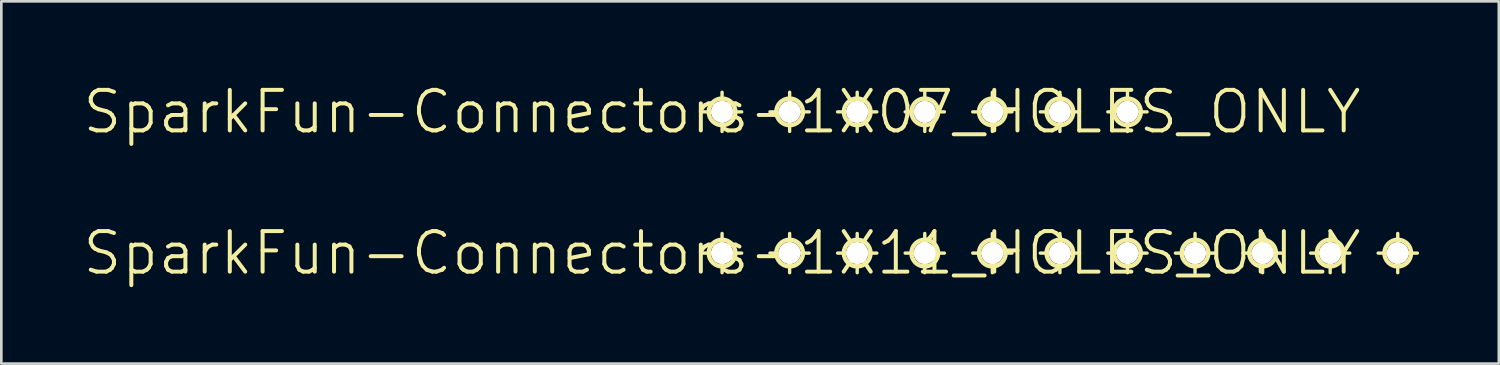
<source format=kicad_pcb>
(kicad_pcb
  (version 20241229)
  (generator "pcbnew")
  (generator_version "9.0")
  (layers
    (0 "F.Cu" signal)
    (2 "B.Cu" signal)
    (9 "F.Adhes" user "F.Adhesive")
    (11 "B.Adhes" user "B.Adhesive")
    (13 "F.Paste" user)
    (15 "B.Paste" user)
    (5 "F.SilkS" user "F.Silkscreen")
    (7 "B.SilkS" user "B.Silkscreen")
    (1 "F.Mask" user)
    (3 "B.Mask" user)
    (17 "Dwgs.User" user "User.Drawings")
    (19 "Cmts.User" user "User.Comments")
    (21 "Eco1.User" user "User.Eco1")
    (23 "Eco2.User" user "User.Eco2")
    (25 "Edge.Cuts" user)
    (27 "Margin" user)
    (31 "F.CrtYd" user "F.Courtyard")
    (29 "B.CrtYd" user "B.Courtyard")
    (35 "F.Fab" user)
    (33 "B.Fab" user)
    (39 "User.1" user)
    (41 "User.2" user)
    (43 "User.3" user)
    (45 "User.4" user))
  (footprint "SparkFun-Connectors-1X11_HOLES_ONLY"
    (layer "F.Cu")
    (at 24.094 6.464)
    (property "Reference" "SparkFun-Connectors-1X11_HOLES_ONLY" (at 0 0 0) (layer "F.SilkS") (effects (font (size 1.524 1.524) (thickness 0.15))))
    (attr exclude_from_pos_files exclude_from_bom)
    (fp_line (start -0.737 0) (end 0.737 0) (stroke (width 0.127) (type solid)) (layer "F.SilkS"))
    (fp_line (start 0 0.737) (end 0 -0.737) (stroke (width 0.127) (type solid)) (layer "F.SilkS"))
    (fp_line (start 1.801 0) (end 3.277 0) (stroke (width 0.127) (type solid)) (layer "F.SilkS"))
    (fp_line (start 2.54 0.737) (end 2.54 -0.737) (stroke (width 0.127) (type solid)) (layer "F.SilkS"))
    (fp_line (start 4.343 0) (end 5.817 0) (stroke (width 0.127) (type solid)) (layer "F.SilkS"))
    (fp_line (start 5.08 0.737) (end 5.08 -0.737) (stroke (width 0.127) (type solid)) (layer "F.SilkS"))
    (fp_line (start 6.883 0) (end 8.357 0) (stroke (width 0.127) (type solid)) (layer "F.SilkS"))
    (fp_line (start 7.62 0.737) (end 7.62 -0.737) (stroke (width 0.127) (type solid)) (layer "F.SilkS"))
    (fp_line (start 9.423 0) (end 10.897 0) (stroke (width 0.127) (type solid)) (layer "F.SilkS"))
    (fp_line (start 10.16 0.737) (end 10.16 -0.737) (stroke (width 0.127) (type solid)) (layer "F.SilkS"))
    (fp_line (start 11.963 0) (end 13.437 0) (stroke (width 0.127) (type solid)) (layer "F.SilkS"))
    (fp_line (start 12.7 0.737) (end 12.7 -0.737) (stroke (width 0.127) (type solid)) (layer "F.SilkS"))
    (fp_line (start 14.501 0) (end 15.977 0) (stroke (width 0.127) (type solid)) (layer "F.SilkS"))
    (fp_line (start 15.24 0.737) (end 15.24 -0.737) (stroke (width 0.127) (type solid)) (layer "F.SilkS"))
    (fp_line (start 17.043 0) (end 18.517 0) (stroke (width 0.127) (type solid)) (layer "F.SilkS"))
    (fp_line (start 17.78 0.737) (end 17.78 -0.737) (stroke (width 0.127) (type solid)) (layer "F.SilkS"))
    (fp_line (start 19.583 0) (end 21.057 0) (stroke (width 0.127) (type solid)) (layer "F.SilkS"))
    (fp_line (start 20.32 0.737) (end 20.32 -0.737) (stroke (width 0.127) (type solid)) (layer "F.SilkS"))
    (fp_line (start 22.123 0) (end 23.597 0) (stroke (width 0.127) (type solid)) (layer "F.SilkS"))
    (fp_line (start 22.86 0.737) (end 22.86 -0.737) (stroke (width 0.127) (type solid)) (layer "F.SilkS"))
    (fp_line (start 24.663 0) (end 26.137 0) (stroke (width 0.127) (type solid)) (layer "F.SilkS"))
    (fp_line (start 25.4 0.737) (end 25.4 -0.737) (stroke (width 0.127) (type solid)) (layer "F.SilkS"))
    (fp_circle (center 0 0) (end -0.368 0.368) (stroke (width 0.127) (type solid)) (fill no) (layer "F.SilkS"))
    (fp_circle (center 0 0) (end -0.318 0.318) (stroke (width 0.064) (type solid)) (fill no) (layer "F.SilkS"))
    (fp_circle (center 2.54 0) (end 2.857 0.318) (stroke (width 0.064) (type solid)) (fill no) (layer "F.SilkS"))
    (fp_circle (center 2.54 0) (end 2.908 0.368) (stroke (width 0.127) (type solid)) (fill no) (layer "F.SilkS"))
    (fp_circle (center 5.08 0) (end 5.397 0.318) (stroke (width 0.064) (type solid)) (fill no) (layer "F.SilkS"))
    (fp_circle (center 5.08 0) (end 5.448 0.368) (stroke (width 0.127) (type solid)) (fill no) (layer "F.SilkS"))
    (fp_circle (center 7.62 0) (end 7.938 0.318) (stroke (width 0.064) (type solid)) (fill no) (layer "F.SilkS"))
    (fp_circle (center 7.62 0) (end 7.988 0.368) (stroke (width 0.127) (type solid)) (fill no) (layer "F.SilkS"))
    (fp_circle (center 10.16 0) (end 10.477 0.318) (stroke (width 0.064) (type solid)) (fill no) (layer "F.SilkS"))
    (fp_circle (center 10.16 0) (end 10.528 0.368) (stroke (width 0.127) (type solid)) (fill no) (layer "F.SilkS"))
    (fp_circle (center 12.7 0) (end 13.018 0.318) (stroke (width 0.064) (type solid)) (fill no) (layer "F.SilkS"))
    (fp_circle (center 12.7 0) (end 13.068 0.368) (stroke (width 0.127) (type solid)) (fill no) (layer "F.SilkS"))
    (fp_circle (center 15.24 0) (end 15.557 0.318) (stroke (width 0.064) (type solid)) (fill no) (layer "F.SilkS"))
    (fp_circle (center 15.24 0) (end 15.608 0.368) (stroke (width 0.127) (type solid)) (fill no) (layer "F.SilkS"))
    (fp_circle (center 17.78 0) (end 18.098 0.318) (stroke (width 0.064) (type solid)) (fill no) (layer "F.SilkS"))
    (fp_circle (center 17.78 0) (end 18.148 0.368) (stroke (width 0.127) (type solid)) (fill no) (layer "F.SilkS"))
    (fp_circle (center 20.32 0) (end 20.637 0.318) (stroke (width 0.064) (type solid)) (fill no) (layer "F.SilkS"))
    (fp_circle (center 20.32 0) (end 20.688 0.368) (stroke (width 0.127) (type solid)) (fill no) (layer "F.SilkS"))
    (fp_circle (center 22.86 0) (end 23.177 0.318) (stroke (width 0.064) (type solid)) (fill no) (layer "F.SilkS"))
    (fp_circle (center 22.86 0) (end 23.228 0.368) (stroke (width 0.127) (type solid)) (fill no) (layer "F.SilkS"))
    (fp_circle (center 25.4 0) (end 25.718 0.318) (stroke (width 0.064) (type solid)) (fill no) (layer "F.SilkS"))
    (fp_circle (center 25.4 0) (end 25.768 0.368) (stroke (width 0.127) (type solid)) (fill no) (layer "F.SilkS"))
    (pad "1" thru_hole circle (at 0 0) (size 0.813 0.813) (drill 0.889) (layers "*.Cu" "F.Mask" "F.SilkS" "F.Paste"))
    (pad "2" thru_hole circle (at 2.54 0) (size 0.813 0.813) (drill 0.889) (layers "*.Cu" "F.Mask" "F.SilkS" "F.Paste"))
    (pad "3" thru_hole circle (at 5.08 0) (size 0.813 0.813) (drill 0.889) (layers "*.Cu" "F.Mask" "F.SilkS" "F.Paste"))
    (pad "4" thru_hole circle (at 7.62 0) (size 0.813 0.813) (drill 0.889) (layers "*.Cu" "F.Mask" "F.SilkS" "F.Paste"))
    (pad "5" thru_hole circle (at 10.16 0) (size 0.813 0.813) (drill 0.889) (layers "*.Cu" "F.Mask" "F.SilkS" "F.Paste"))
    (pad "6" thru_hole circle (at 12.7 0) (size 0.813 0.813) (drill 0.889) (layers "*.Cu" "F.Mask" "F.SilkS" "F.Paste"))
    (pad "7" thru_hole circle (at 15.24 0) (size 0.813 0.813) (drill 0.889) (layers "*.Cu" "F.Mask" "F.SilkS" "F.Paste"))
    (pad "8" thru_hole circle (at 17.78 0) (size 0.813 0.813) (drill 0.889) (layers "*.Cu" "F.Mask" "F.SilkS" "F.Paste"))
    (pad "9" thru_hole circle (at 20.32 0) (size 0.813 0.813) (drill 0.889) (layers "*.Cu" "F.Mask" "F.SilkS" "F.Paste"))
    (pad "10" thru_hole circle (at 22.86 0) (size 0.813 0.813) (drill 0.889) (layers "*.Cu" "F.Mask" "F.SilkS" "F.Paste"))
    (pad "11" thru_hole circle (at 25.4 0) (size 0.813 0.813) (drill 0.889) (layers "*.Cu" "F.Mask" "F.SilkS" "F.Paste")))
  (footprint "SparkFun-Connectors-1X07_HOLES_ONLY"
    (layer "F.Cu")
    (at 24.094 1.155)
    (property "Reference" "SparkFun-Connectors-1X07_HOLES_ONLY" (at 0 0 0) (layer "F.SilkS") (effects (font (size 1.524 1.524) (thickness 0.15))))
    (attr exclude_from_pos_files exclude_from_bom)
    (fp_line (start -0.737 0) (end 0.737 0) (stroke (width 0.127) (type solid)) (layer "F.SilkS"))
    (fp_line (start 0 0.737) (end 0 -0.737) (stroke (width 0.127) (type solid)) (layer "F.SilkS"))
    (fp_line (start 1.801 0) (end 3.277 0) (stroke (width 0.127) (type solid)) (layer "F.SilkS"))
    (fp_line (start 2.54 0.737) (end 2.54 -0.737) (stroke (width 0.127) (type solid)) (layer "F.SilkS"))
    (fp_line (start 4.343 0) (end 5.817 0) (stroke (width 0.127) (type solid)) (layer "F.SilkS"))
    (fp_line (start 5.08 0.737) (end 5.08 -0.737) (stroke (width 0.127) (type solid)) (layer "F.SilkS"))
    (fp_line (start 6.883 0) (end 8.357 0) (stroke (width 0.127) (type solid)) (layer "F.SilkS"))
    (fp_line (start 7.62 0.737) (end 7.62 -0.737) (stroke (width 0.127) (type solid)) (layer "F.SilkS"))
    (fp_line (start 9.423 0) (end 10.897 0) (stroke (width 0.127) (type solid)) (layer "F.SilkS"))
    (fp_line (start 10.16 0.737) (end 10.16 -0.737) (stroke (width 0.127) (type solid)) (layer "F.SilkS"))
    (fp_line (start 11.963 0) (end 13.437 0) (stroke (width 0.127) (type solid)) (layer "F.SilkS"))
    (fp_line (start 12.7 0.737) (end 12.7 -0.737) (stroke (width 0.127) (type solid)) (layer "F.SilkS"))
    (fp_line (start 14.501 0) (end 15.977 0) (stroke (width 0.127) (type solid)) (layer "F.SilkS"))
    (fp_line (start 15.24 0.737) (end 15.24 -0.737) (stroke (width 0.127) (type solid)) (layer "F.SilkS"))
    (fp_circle (center 0 0) (end -0.368 0.368) (stroke (width 0.127) (type solid)) (fill no) (layer "F.SilkS"))
    (fp_circle (center 0 0) (end -0.318 0.318) (stroke (width 0.064) (type solid)) (fill no) (layer "F.SilkS"))
    (fp_circle (center 2.54 0) (end 2.857 0.318) (stroke (width 0.064) (type solid)) (fill no) (layer "F.SilkS"))
    (fp_circle (center 2.54 0) (end 2.908 0.368) (stroke (width 0.127) (type solid)) (fill no) (layer "F.SilkS"))
    (fp_circle (center 5.08 0) (end 5.397 0.318) (stroke (width 0.064) (type solid)) (fill no) (layer "F.SilkS"))
    (fp_circle (center 5.08 0) (end 5.448 0.368) (stroke (width 0.127) (type solid)) (fill no) (layer "F.SilkS"))
    (fp_circle (center 7.62 0) (end 7.938 0.318) (stroke (width 0.064) (type solid)) (fill no) (layer "F.SilkS"))
    (fp_circle (center 7.62 0) (end 7.988 0.368) (stroke (width 0.127) (type solid)) (fill no) (layer "F.SilkS"))
    (fp_circle (center 10.16 0) (end 10.477 0.318) (stroke (width 0.064) (type solid)) (fill no) (layer "F.SilkS"))
    (fp_circle (center 10.16 0) (end 10.528 0.368) (stroke (width 0.127) (type solid)) (fill no) (layer "F.SilkS"))
    (fp_circle (center 12.7 0) (end 13.018 0.318) (stroke (width 0.064) (type solid)) (fill no) (layer "F.SilkS"))
    (fp_circle (center 12.7 0) (end 13.068 0.368) (stroke (width 0.127) (type solid)) (fill no) (layer "F.SilkS"))
    (fp_circle (center 15.24 0) (end 15.557 0.318) (stroke (width 0.064) (type solid)) (fill no) (layer "F.SilkS"))
    (fp_circle (center 15.24 0) (end 15.608 0.368) (stroke (width 0.127) (type solid)) (fill no) (layer "F.SilkS"))
    (pad "1" thru_hole circle (at 0 0) (size 0.813 0.813) (drill 0.889) (layers "*.Cu" "F.Mask" "F.SilkS" "F.Paste"))
    (pad "2" thru_hole circle (at 2.54 0) (size 0.813 0.813) (drill 0.889) (layers "*.Cu" "F.Mask" "F.SilkS" "F.Paste"))
    (pad "3" thru_hole circle (at 5.08 0) (size 0.813 0.813) (drill 0.889) (layers "*.Cu" "F.Mask" "F.SilkS" "F.Paste"))
    (pad "4" thru_hole circle (at 7.62 0) (size 0.813 0.813) (drill 0.889) (layers "*.Cu" "F.Mask" "F.SilkS" "F.Paste"))
    (pad "5" thru_hole circle (at 10.16 0) (size 0.813 0.813) (drill 0.889) (layers "*.Cu" "F.Mask" "F.SilkS" "F.Paste"))
    (pad "6" thru_hole circle (at 12.7 0) (size 0.813 0.813) (drill 0.889) (layers "*.Cu" "F.Mask" "F.SilkS" "F.Paste"))
    (pad "7" thru_hole circle (at 15.24 0) (size 0.813 0.813) (drill 0.889) (layers "*.Cu" "F.Mask" "F.SilkS" "F.Paste")))
  (gr_rect
    (start -3 -3)
    (end 53.294 10.619)
    (stroke (width 0.1) (type default))
    (fill no)
    (layer "Edge.Cuts")))
</source>
